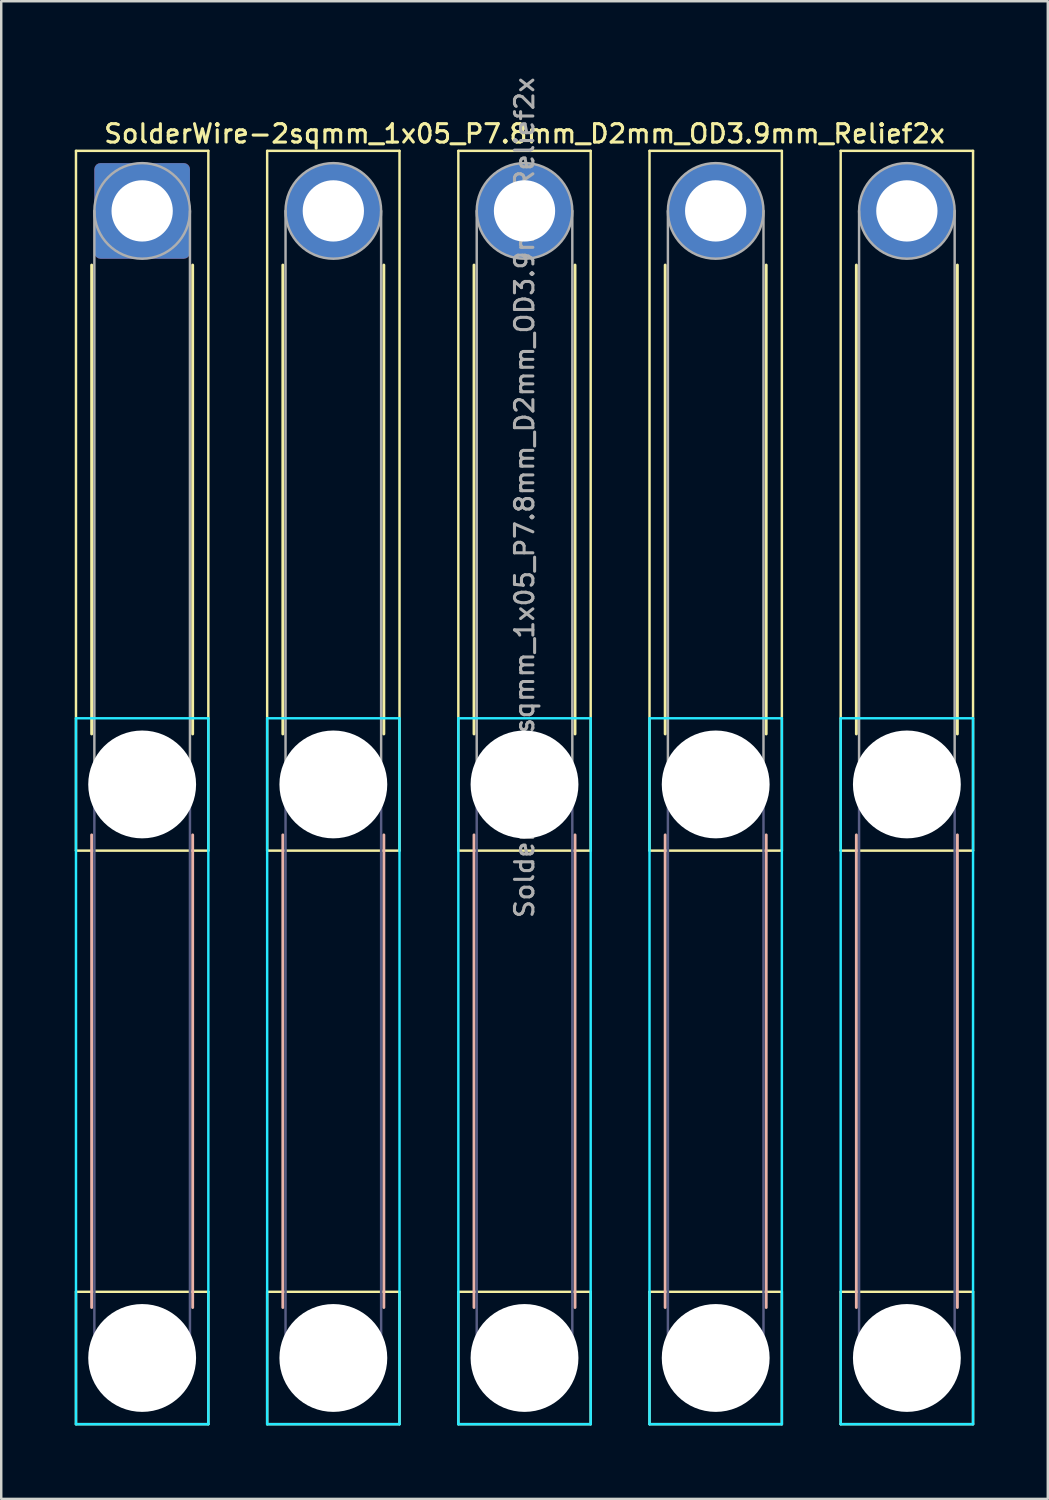
<source format=kicad_pcb>
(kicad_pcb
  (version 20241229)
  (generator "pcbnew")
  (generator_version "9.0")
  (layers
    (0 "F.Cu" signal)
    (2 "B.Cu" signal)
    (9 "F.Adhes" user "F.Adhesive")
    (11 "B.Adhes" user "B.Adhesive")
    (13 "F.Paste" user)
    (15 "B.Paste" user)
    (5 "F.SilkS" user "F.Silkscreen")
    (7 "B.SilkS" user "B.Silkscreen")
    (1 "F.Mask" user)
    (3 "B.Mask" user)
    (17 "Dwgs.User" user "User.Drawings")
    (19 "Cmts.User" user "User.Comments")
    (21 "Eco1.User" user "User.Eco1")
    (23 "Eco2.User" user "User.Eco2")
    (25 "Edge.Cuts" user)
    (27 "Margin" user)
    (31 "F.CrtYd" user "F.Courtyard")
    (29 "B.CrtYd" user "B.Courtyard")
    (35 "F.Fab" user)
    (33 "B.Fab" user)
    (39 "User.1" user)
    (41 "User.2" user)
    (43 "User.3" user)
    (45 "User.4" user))
  (footprint "SolderWire-2sqmm_1x05_P7.8mm_D2mm_OD3.9mm_Relief2x"
    (layer "F.Cu")
    (at 2.75 5.555)
    (property "Reference" "SolderWire-2sqmm_1x05_P7.8mm_D2mm_OD3.9mm_Relief2x" (at 15.6 -3.15 0) (layer "F.SilkS") (effects (font (size 0.75 0.75) (thickness 0.125))))
    (attr exclude_from_pos_files exclude_from_bom)
    (fp_line (start -2.7 -2.45) (end -2.7 26.1) (stroke (width 0.1) (type solid)) (layer "F.SilkS"))
    (fp_line (start -2.7 26.1) (end 2.7 26.1) (stroke (width 0.1) (type solid)) (layer "F.SilkS"))
    (fp_line (start -2.7 44.1) (end -2.7 49.5) (stroke (width 0.1) (type solid)) (layer "F.SilkS"))
    (fp_line (start -2.7 49.5) (end 2.7 49.5) (stroke (width 0.1) (type solid)) (layer "F.SilkS"))
    (fp_line (start -2.06 2.21) (end -2.06 21.34) (stroke (width 0.12) (type solid)) (layer "F.SilkS"))
    (fp_line (start 2.06 2.21) (end 2.06 21.34) (stroke (width 0.12) (type solid)) (layer "F.SilkS"))
    (fp_line (start 2.7 -2.45) (end -2.7 -2.45) (stroke (width 0.1) (type solid)) (layer "F.SilkS"))
    (fp_line (start 2.7 26.1) (end 2.7 -2.45) (stroke (width 0.1) (type solid)) (layer "F.SilkS"))
    (fp_line (start 2.7 44.1) (end -2.7 44.1) (stroke (width 0.1) (type solid)) (layer "F.SilkS"))
    (fp_line (start 2.7 49.5) (end 2.7 44.1) (stroke (width 0.1) (type solid)) (layer "F.SilkS"))
    (fp_line (start 5.1 -2.45) (end 5.1 26.1) (stroke (width 0.1) (type solid)) (layer "F.SilkS"))
    (fp_line (start 5.1 26.1) (end 10.5 26.1) (stroke (width 0.1) (type solid)) (layer "F.SilkS"))
    (fp_line (start 5.1 44.1) (end 5.1 49.5) (stroke (width 0.1) (type solid)) (layer "F.SilkS"))
    (fp_line (start 5.1 49.5) (end 10.5 49.5) (stroke (width 0.1) (type solid)) (layer "F.SilkS"))
    (fp_line (start 5.74 2.21) (end 5.74 21.34) (stroke (width 0.12) (type solid)) (layer "F.SilkS"))
    (fp_line (start 9.86 2.21) (end 9.86 21.34) (stroke (width 0.12) (type solid)) (layer "F.SilkS"))
    (fp_line (start 10.5 -2.45) (end 5.1 -2.45) (stroke (width 0.1) (type solid)) (layer "F.SilkS"))
    (fp_line (start 10.5 26.1) (end 10.5 -2.45) (stroke (width 0.1) (type solid)) (layer "F.SilkS"))
    (fp_line (start 10.5 44.1) (end 5.1 44.1) (stroke (width 0.1) (type solid)) (layer "F.SilkS"))
    (fp_line (start 10.5 49.5) (end 10.5 44.1) (stroke (width 0.1) (type solid)) (layer "F.SilkS"))
    (fp_line (start 12.9 -2.45) (end 12.9 26.1) (stroke (width 0.1) (type solid)) (layer "F.SilkS"))
    (fp_line (start 12.9 26.1) (end 18.3 26.1) (stroke (width 0.1) (type solid)) (layer "F.SilkS"))
    (fp_line (start 12.9 44.1) (end 12.9 49.5) (stroke (width 0.1) (type solid)) (layer "F.SilkS"))
    (fp_line (start 12.9 49.5) (end 18.3 49.5) (stroke (width 0.1) (type solid)) (layer "F.SilkS"))
    (fp_line (start 13.54 2.21) (end 13.54 21.34) (stroke (width 0.12) (type solid)) (layer "F.SilkS"))
    (fp_line (start 17.66 2.21) (end 17.66 21.34) (stroke (width 0.12) (type solid)) (layer "F.SilkS"))
    (fp_line (start 18.3 -2.45) (end 12.9 -2.45) (stroke (width 0.1) (type solid)) (layer "F.SilkS"))
    (fp_line (start 18.3 26.1) (end 18.3 -2.45) (stroke (width 0.1) (type solid)) (layer "F.SilkS"))
    (fp_line (start 18.3 44.1) (end 12.9 44.1) (stroke (width 0.1) (type solid)) (layer "F.SilkS"))
    (fp_line (start 18.3 49.5) (end 18.3 44.1) (stroke (width 0.1) (type solid)) (layer "F.SilkS"))
    (fp_line (start 20.7 -2.45) (end 20.7 26.1) (stroke (width 0.1) (type solid)) (layer "F.SilkS"))
    (fp_line (start 20.7 26.1) (end 26.1 26.1) (stroke (width 0.1) (type solid)) (layer "F.SilkS"))
    (fp_line (start 20.7 44.1) (end 20.7 49.5) (stroke (width 0.1) (type solid)) (layer "F.SilkS"))
    (fp_line (start 20.7 49.5) (end 26.1 49.5) (stroke (width 0.1) (type solid)) (layer "F.SilkS"))
    (fp_line (start 21.34 2.21) (end 21.34 21.34) (stroke (width 0.12) (type solid)) (layer "F.SilkS"))
    (fp_line (start 25.46 2.21) (end 25.46 21.34) (stroke (width 0.12) (type solid)) (layer "F.SilkS"))
    (fp_line (start 26.1 -2.45) (end 20.7 -2.45) (stroke (width 0.1) (type solid)) (layer "F.SilkS"))
    (fp_line (start 26.1 26.1) (end 26.1 -2.45) (stroke (width 0.1) (type solid)) (layer "F.SilkS"))
    (fp_line (start 26.1 44.1) (end 20.7 44.1) (stroke (width 0.1) (type solid)) (layer "F.SilkS"))
    (fp_line (start 26.1 49.5) (end 26.1 44.1) (stroke (width 0.1) (type solid)) (layer "F.SilkS"))
    (fp_line (start 28.5 -2.45) (end 28.5 26.1) (stroke (width 0.1) (type solid)) (layer "F.SilkS"))
    (fp_line (start 28.5 26.1) (end 33.9 26.1) (stroke (width 0.1) (type solid)) (layer "F.SilkS"))
    (fp_line (start 28.5 44.1) (end 28.5 49.5) (stroke (width 0.1) (type solid)) (layer "F.SilkS"))
    (fp_line (start 28.5 49.5) (end 33.9 49.5) (stroke (width 0.1) (type solid)) (layer "F.SilkS"))
    (fp_line (start 29.14 2.21) (end 29.14 21.34) (stroke (width 0.12) (type solid)) (layer "F.SilkS"))
    (fp_line (start 33.26 2.21) (end 33.26 21.34) (stroke (width 0.12) (type solid)) (layer "F.SilkS"))
    (fp_line (start 33.9 -2.45) (end 28.5 -2.45) (stroke (width 0.1) (type solid)) (layer "F.SilkS"))
    (fp_line (start 33.9 26.1) (end 33.9 -2.45) (stroke (width 0.1) (type solid)) (layer "F.SilkS"))
    (fp_line (start 33.9 44.1) (end 28.5 44.1) (stroke (width 0.1) (type solid)) (layer "F.SilkS"))
    (fp_line (start 33.9 49.5) (end 33.9 44.1) (stroke (width 0.1) (type solid)) (layer "F.SilkS"))
    (fp_line (start -2.06 25.46) (end -2.06 44.74) (stroke (width 0.12) (type solid)) (layer "B.SilkS"))
    (fp_line (start 2.06 25.46) (end 2.06 44.74) (stroke (width 0.12) (type solid)) (layer "B.SilkS"))
    (fp_line (start 5.74 25.46) (end 5.74 44.74) (stroke (width 0.12) (type solid)) (layer "B.SilkS"))
    (fp_line (start 9.86 25.46) (end 9.86 44.74) (stroke (width 0.12) (type solid)) (layer "B.SilkS"))
    (fp_line (start 13.54 25.46) (end 13.54 44.74) (stroke (width 0.12) (type solid)) (layer "B.SilkS"))
    (fp_line (start 17.66 25.46) (end 17.66 44.74) (stroke (width 0.12) (type solid)) (layer "B.SilkS"))
    (fp_line (start 21.34 25.46) (end 21.34 44.74) (stroke (width 0.12) (type solid)) (layer "B.SilkS"))
    (fp_line (start 25.46 25.46) (end 25.46 44.74) (stroke (width 0.12) (type solid)) (layer "B.SilkS"))
    (fp_line (start 29.14 25.46) (end 29.14 44.74) (stroke (width 0.12) (type solid)) (layer "B.SilkS"))
    (fp_line (start 33.26 25.46) (end 33.26 44.74) (stroke (width 0.12) (type solid)) (layer "B.SilkS"))
    (fp_line (start -2.7 20.7) (end -2.7 49.5) (stroke (width 0.1) (type solid)) (layer "B.CrtYd"))
    (fp_line (start -2.7 49.5) (end 2.7 49.5) (stroke (width 0.1) (type solid)) (layer "B.CrtYd"))
    (fp_line (start 2.7 20.7) (end -2.7 20.7) (stroke (width 0.1) (type solid)) (layer "B.CrtYd"))
    (fp_line (start 2.7 49.5) (end 2.7 20.7) (stroke (width 0.1) (type solid)) (layer "B.CrtYd"))
    (fp_line (start 5.1 20.7) (end 5.1 49.5) (stroke (width 0.1) (type solid)) (layer "B.CrtYd"))
    (fp_line (start 5.1 49.5) (end 10.5 49.5) (stroke (width 0.1) (type solid)) (layer "B.CrtYd"))
    (fp_line (start 10.5 20.7) (end 5.1 20.7) (stroke (width 0.1) (type solid)) (layer "B.CrtYd"))
    (fp_line (start 10.5 49.5) (end 10.5 20.7) (stroke (width 0.1) (type solid)) (layer "B.CrtYd"))
    (fp_line (start 12.9 20.7) (end 12.9 49.5) (stroke (width 0.1) (type solid)) (layer "B.CrtYd"))
    (fp_line (start 12.9 49.5) (end 18.3 49.5) (stroke (width 0.1) (type solid)) (layer "B.CrtYd"))
    (fp_line (start 18.3 20.7) (end 12.9 20.7) (stroke (width 0.1) (type solid)) (layer "B.CrtYd"))
    (fp_line (start 18.3 49.5) (end 18.3 20.7) (stroke (width 0.1) (type solid)) (layer "B.CrtYd"))
    (fp_line (start 20.7 20.7) (end 20.7 49.5) (stroke (width 0.1) (type solid)) (layer "B.CrtYd"))
    (fp_line (start 20.7 49.5) (end 26.1 49.5) (stroke (width 0.1) (type solid)) (layer "B.CrtYd"))
    (fp_line (start 26.1 20.7) (end 20.7 20.7) (stroke (width 0.1) (type solid)) (layer "B.CrtYd"))
    (fp_line (start 26.1 49.5) (end 26.1 20.7) (stroke (width 0.1) (type solid)) (layer "B.CrtYd"))
    (fp_line (start 28.5 20.7) (end 28.5 49.5) (stroke (width 0.1) (type solid)) (layer "B.CrtYd"))
    (fp_line (start 28.5 49.5) (end 33.9 49.5) (stroke (width 0.1) (type solid)) (layer "B.CrtYd"))
    (fp_line (start 33.9 20.7) (end 28.5 20.7) (stroke (width 0.1) (type solid)) (layer "B.CrtYd"))
    (fp_line (start 33.9 49.5) (end 33.9 20.7) (stroke (width 0.1) (type solid)) (layer "B.CrtYd"))
    (fp_line (start -1.95 23.4) (end -1.95 46.8) (stroke (width 0.1) (type solid)) (layer "B.Fab"))
    (fp_line (start 1.95 23.4) (end 1.95 46.8) (stroke (width 0.1) (type solid)) (layer "B.Fab"))
    (fp_line (start 5.85 23.4) (end 5.85 46.8) (stroke (width 0.1) (type solid)) (layer "B.Fab"))
    (fp_line (start 9.75 23.4) (end 9.75 46.8) (stroke (width 0.1) (type solid)) (layer "B.Fab"))
    (fp_line (start 13.65 23.4) (end 13.65 46.8) (stroke (width 0.1) (type solid)) (layer "B.Fab"))
    (fp_line (start 17.55 23.4) (end 17.55 46.8) (stroke (width 0.1) (type solid)) (layer "B.Fab"))
    (fp_line (start 21.45 23.4) (end 21.45 46.8) (stroke (width 0.1) (type solid)) (layer "B.Fab"))
    (fp_line (start 25.35 23.4) (end 25.35 46.8) (stroke (width 0.1) (type solid)) (layer "B.Fab"))
    (fp_line (start 29.25 23.4) (end 29.25 46.8) (stroke (width 0.1) (type solid)) (layer "B.Fab"))
    (fp_line (start 33.15 23.4) (end 33.15 46.8) (stroke (width 0.1) (type solid)) (layer "B.Fab"))
    (fp_circle (center 0 23.4) (end 1.95 23.4) (stroke (width 0.1) (type solid)) (fill no) (layer "B.Fab"))
    (fp_circle (center 0 46.8) (end 1.95 46.8) (stroke (width 0.1) (type solid)) (fill no) (layer "B.Fab"))
    (fp_circle (center 7.8 23.4) (end 9.75 23.4) (stroke (width 0.1) (type solid)) (fill no) (layer "B.Fab"))
    (fp_circle (center 7.8 46.8) (end 9.75 46.8) (stroke (width 0.1) (type solid)) (fill no) (layer "B.Fab"))
    (fp_circle (center 15.6 23.4) (end 17.55 23.4) (stroke (width 0.1) (type solid)) (fill no) (layer "B.Fab"))
    (fp_circle (center 15.6 46.8) (end 17.55 46.8) (stroke (width 0.1) (type solid)) (fill no) (layer "B.Fab"))
    (fp_circle (center 23.4 23.4) (end 25.35 23.4) (stroke (width 0.1) (type solid)) (fill no) (layer "B.Fab"))
    (fp_circle (center 23.4 46.8) (end 25.35 46.8) (stroke (width 0.1) (type solid)) (fill no) (layer "B.Fab"))
    (fp_circle (center 31.2 23.4) (end 33.15 23.4) (stroke (width 0.1) (type solid)) (fill no) (layer "B.Fab"))
    (fp_circle (center 31.2 46.8) (end 33.15 46.8) (stroke (width 0.1) (type solid)) (fill no) (layer "B.Fab"))
    (fp_line (start -1.95 0) (end -1.95 23.4) (stroke (width 0.1) (type solid)) (layer "F.Fab"))
    (fp_line (start 1.95 0) (end 1.95 23.4) (stroke (width 0.1) (type solid)) (layer "F.Fab"))
    (fp_line (start 5.85 0) (end 5.85 23.4) (stroke (width 0.1) (type solid)) (layer "F.Fab"))
    (fp_line (start 9.75 0) (end 9.75 23.4) (stroke (width 0.1) (type solid)) (layer "F.Fab"))
    (fp_line (start 13.65 0) (end 13.65 23.4) (stroke (width 0.1) (type solid)) (layer "F.Fab"))
    (fp_line (start 17.55 0) (end 17.55 23.4) (stroke (width 0.1) (type solid)) (layer "F.Fab"))
    (fp_line (start 21.45 0) (end 21.45 23.4) (stroke (width 0.1) (type solid)) (layer "F.Fab"))
    (fp_line (start 25.35 0) (end 25.35 23.4) (stroke (width 0.1) (type solid)) (layer "F.Fab"))
    (fp_line (start 29.25 0) (end 29.25 23.4) (stroke (width 0.1) (type solid)) (layer "F.Fab"))
    (fp_line (start 33.15 0) (end 33.15 23.4) (stroke (width 0.1) (type solid)) (layer "F.Fab"))
    (fp_circle (center 0 0) (end 1.95 0) (stroke (width 0.1) (type solid)) (fill no) (layer "F.Fab"))
    (fp_circle (center 0 23.4) (end 1.95 23.4) (stroke (width 0.1) (type solid)) (fill no) (layer "F.Fab"))
    (fp_circle (center 0 46.8) (end 1.95 46.8) (stroke (width 0.1) (type solid)) (fill no) (layer "F.Fab"))
    (fp_circle (center 7.8 0) (end 9.75 0) (stroke (width 0.1) (type solid)) (fill no) (layer "F.Fab"))
    (fp_circle (center 7.8 23.4) (end 9.75 23.4) (stroke (width 0.1) (type solid)) (fill no) (layer "F.Fab"))
    (fp_circle (center 7.8 46.8) (end 9.75 46.8) (stroke (width 0.1) (type solid)) (fill no) (layer "F.Fab"))
    (fp_circle (center 15.6 0) (end 17.55 0) (stroke (width 0.1) (type solid)) (fill no) (layer "F.Fab"))
    (fp_circle (center 15.6 23.4) (end 17.55 23.4) (stroke (width 0.1) (type solid)) (fill no) (layer "F.Fab"))
    (fp_circle (center 15.6 46.8) (end 17.55 46.8) (stroke (width 0.1) (type solid)) (fill no) (layer "F.Fab"))
    (fp_circle (center 23.4 0) (end 25.35 0) (stroke (width 0.1) (type solid)) (fill no) (layer "F.Fab"))
    (fp_circle (center 23.4 23.4) (end 25.35 23.4) (stroke (width 0.1) (type solid)) (fill no) (layer "F.Fab"))
    (fp_circle (center 23.4 46.8) (end 25.35 46.8) (stroke (width 0.1) (type solid)) (fill no) (layer "F.Fab"))
    (fp_circle (center 31.2 0) (end 33.15 0) (stroke (width 0.1) (type solid)) (fill no) (layer "F.Fab"))
    (fp_circle (center 31.2 23.4) (end 33.15 23.4) (stroke (width 0.1) (type solid)) (fill no) (layer "F.Fab"))
    (fp_circle (center 31.2 46.8) (end 33.15 46.8) (stroke (width 0.1) (type solid)) (fill no) (layer "F.Fab"))
    (fp_text user "${REFERENCE}" (at 15.6 11.7 90) (layer "F.Fab") (effects (font (size 0.75 0.75) (thickness 0.125))))
    (pad "" np_thru_hole circle (at 0 23.4) (size 4.4 4.4) (drill 4.4) (layers "*.Cu" "*.Mask"))
    (pad "" np_thru_hole circle (at 0 46.8) (size 4.4 4.4) (drill 4.4) (layers "*.Cu" "*.Mask"))
    (pad "" np_thru_hole circle (at 7.8 23.4) (size 4.4 4.4) (drill 4.4) (layers "*.Cu" "*.Mask"))
    (pad "" np_thru_hole circle (at 7.8 46.8) (size 4.4 4.4) (drill 4.4) (layers "*.Cu" "*.Mask"))
    (pad "" np_thru_hole circle (at 15.6 23.4) (size 4.4 4.4) (drill 4.4) (layers "*.Cu" "*.Mask"))
    (pad "" np_thru_hole circle (at 15.6 46.8) (size 4.4 4.4) (drill 4.4) (layers "*.Cu" "*.Mask"))
    (pad "" np_thru_hole circle (at 23.4 23.4) (size 4.4 4.4) (drill 4.4) (layers "*.Cu" "*.Mask"))
    (pad "" np_thru_hole circle (at 23.4 46.8) (size 4.4 4.4) (drill 4.4) (layers "*.Cu" "*.Mask"))
    (pad "" np_thru_hole circle (at 31.2 23.4) (size 4.4 4.4) (drill 4.4) (layers "*.Cu" "*.Mask"))
    (pad "" np_thru_hole circle (at 31.2 46.8) (size 4.4 4.4) (drill 4.4) (layers "*.Cu" "*.Mask"))
    (pad "1" thru_hole roundrect (at 0 0) (size 3.9 3.9) (drill 2.5) (layers "*.Cu" "*.Mask") (roundrect_rratio 0.064))
    (pad "2" thru_hole circle (at 7.8 0) (size 3.9 3.9) (drill 2.5) (layers "*.Cu" "*.Mask"))
    (pad "3" thru_hole circle (at 15.6 0) (size 3.9 3.9) (drill 2.5) (layers "*.Cu" "*.Mask"))
    (pad "4" thru_hole circle (at 23.4 0) (size 3.9 3.9) (drill 2.5) (layers "*.Cu" "*.Mask"))
    (pad "5" thru_hole circle (at 31.2 0) (size 3.9 3.9) (drill 2.5) (layers "*.Cu" "*.Mask")))
  (gr_rect
    (start -3 -3)
    (end 39.7 58.105)
    (stroke (width 0.1) (type default))
    (fill no)
    (layer "Edge.Cuts")))
</source>
